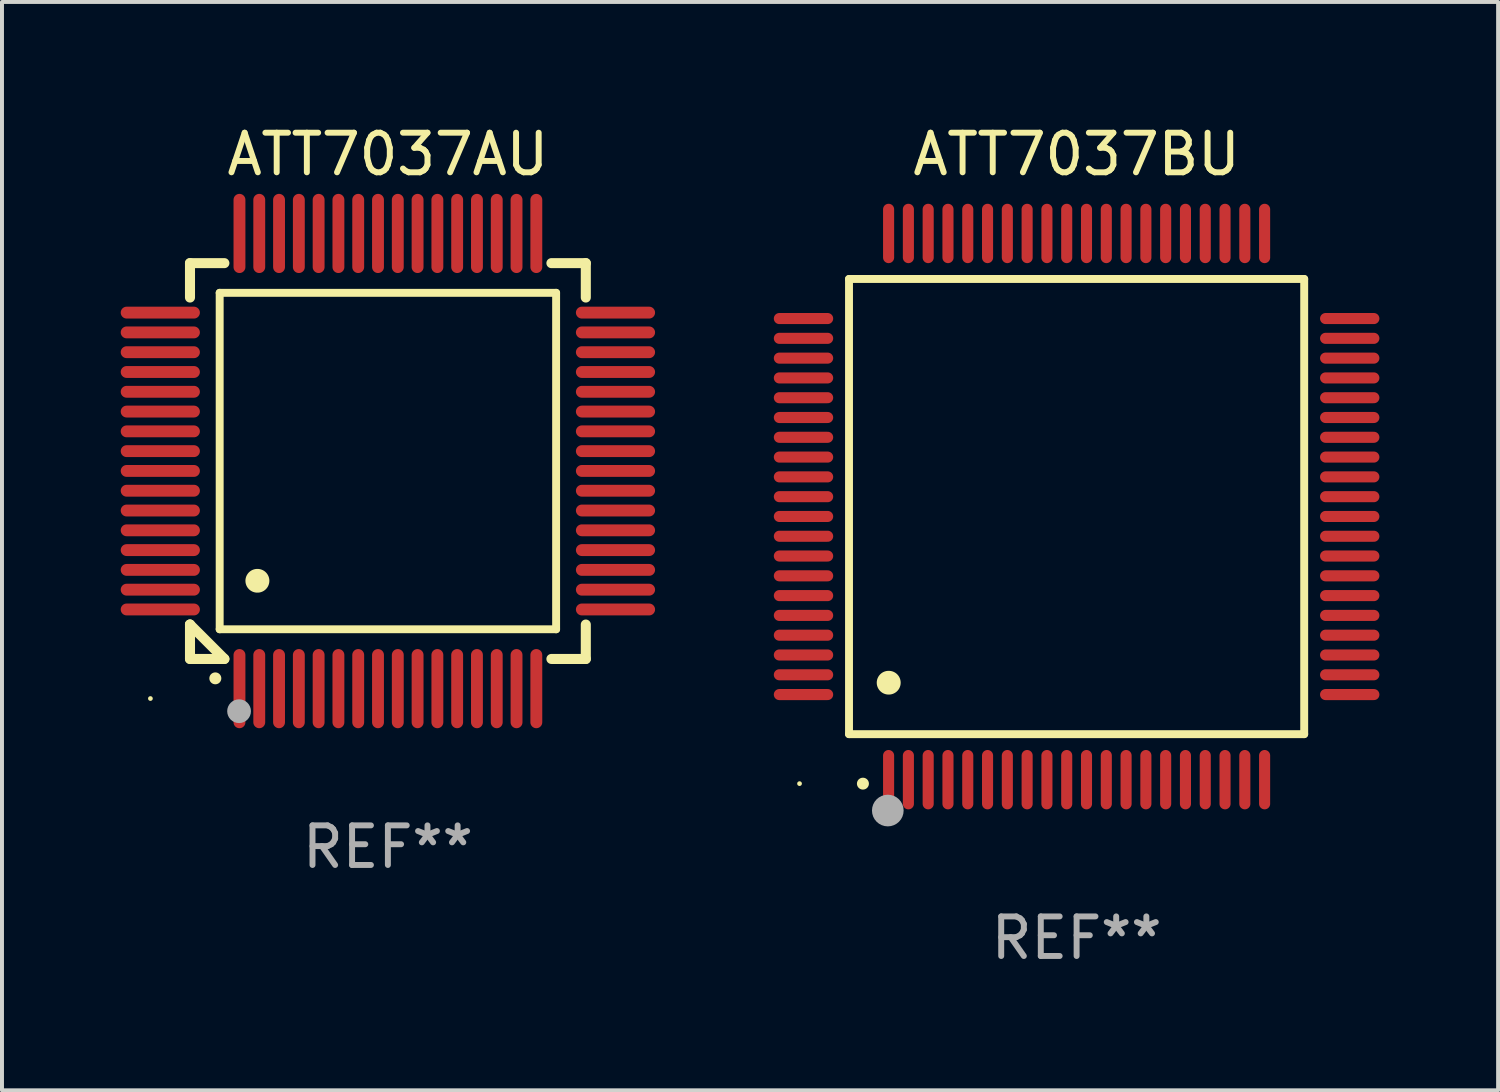
<source format=kicad_pcb>
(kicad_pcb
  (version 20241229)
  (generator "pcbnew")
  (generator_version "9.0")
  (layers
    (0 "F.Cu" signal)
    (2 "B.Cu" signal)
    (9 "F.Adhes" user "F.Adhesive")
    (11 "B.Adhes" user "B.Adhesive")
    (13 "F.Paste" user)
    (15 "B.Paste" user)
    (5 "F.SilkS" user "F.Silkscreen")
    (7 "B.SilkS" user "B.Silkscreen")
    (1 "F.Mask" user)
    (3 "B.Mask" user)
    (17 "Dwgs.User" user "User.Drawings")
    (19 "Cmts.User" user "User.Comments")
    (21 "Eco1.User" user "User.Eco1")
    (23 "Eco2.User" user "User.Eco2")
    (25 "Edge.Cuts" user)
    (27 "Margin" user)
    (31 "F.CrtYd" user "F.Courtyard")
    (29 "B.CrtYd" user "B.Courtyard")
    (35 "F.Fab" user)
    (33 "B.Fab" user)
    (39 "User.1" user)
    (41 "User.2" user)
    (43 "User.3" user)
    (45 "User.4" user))
  (footprint "ATT7037BU"
    (layer "F.Cu")
    (at 24.15 9.748)
    (property "Reference" "ATT7037BU" (at 0 -8.9 0) (layer "F.SilkS") (effects (font (size 1 1) (thickness 0.15))))
    (attr through_hole)
    (fp_line (start -5.75 -5.75) (end 5.75 -5.75) (stroke (width 0.2) (type solid)) (layer "F.SilkS"))
    (fp_line (start -5.75 5.75) (end -5.75 -5.75) (stroke (width 0.2) (type solid)) (layer "F.SilkS"))
    (fp_line (start 5.75 -5.75) (end 5.75 5.75) (stroke (width 0.2) (type solid)) (layer "F.SilkS"))
    (fp_line (start 5.75 5.75) (end -5.75 5.75) (stroke (width 0.2) (type solid)) (layer "F.SilkS"))
    (fp_arc (start -5.400051 7.000254) (mid -5.398781 7.000249) (end -5.397511 7.000254) (stroke (width 0.3) (type solid)) (layer "F.SilkS"))
    (fp_arc (start -4.749809 4.450089) (mid -4.747269 4.450078) (end -4.744729 4.450089) (stroke (width 0.6) (type solid)) (layer "F.SilkS"))
    (fp_circle (center -7 7) (end -6.97 7) (stroke (width 0.06) (type solid)) (fill no) (layer "F.SilkS"))
    (fp_circle (center -4.77 7.68) (end -4.57 7.68) (stroke (width 0.4) (type solid)) (fill no) (layer "F.Fab"))
    (fp_text user "REF**" (at 0 10.9 0) (layer "F.Fab") (effects (font (size 1 1) (thickness 0.15))))
    (pad "1" smd oval (at -4.75 6.9) (size 0.28 1.5) (layers "F.Cu" "F.Mask" "F.Paste"))
    (pad "2" smd oval (at -4.25 6.9) (size 0.28 1.5) (layers "F.Cu" "F.Mask" "F.Paste"))
    (pad "3" smd oval (at -3.75 6.9) (size 0.28 1.5) (layers "F.Cu" "F.Mask" "F.Paste"))
    (pad "4" smd oval (at -3.25 6.9) (size 0.28 1.5) (layers "F.Cu" "F.Mask" "F.Paste"))
    (pad "5" smd oval (at -2.75 6.9) (size 0.28 1.5) (layers "F.Cu" "F.Mask" "F.Paste"))
    (pad "6" smd oval (at -2.25 6.9) (size 0.28 1.5) (layers "F.Cu" "F.Mask" "F.Paste"))
    (pad "7" smd oval (at -1.75 6.9) (size 0.28 1.5) (layers "F.Cu" "F.Mask" "F.Paste"))
    (pad "8" smd oval (at -1.25 6.9) (size 0.28 1.5) (layers "F.Cu" "F.Mask" "F.Paste"))
    (pad "9" smd oval (at -0.75 6.9) (size 0.28 1.5) (layers "F.Cu" "F.Mask" "F.Paste"))
    (pad "10" smd oval (at -0.25 6.9) (size 0.28 1.5) (layers "F.Cu" "F.Mask" "F.Paste"))
    (pad "11" smd oval (at 0.25 6.9) (size 0.28 1.5) (layers "F.Cu" "F.Mask" "F.Paste"))
    (pad "12" smd oval (at 0.75 6.9) (size 0.28 1.5) (layers "F.Cu" "F.Mask" "F.Paste"))
    (pad "13" smd oval (at 1.25 6.9) (size 0.28 1.5) (layers "F.Cu" "F.Mask" "F.Paste"))
    (pad "14" smd oval (at 1.75 6.9) (size 0.28 1.5) (layers "F.Cu" "F.Mask" "F.Paste"))
    (pad "15" smd oval (at 2.25 6.9) (size 0.28 1.5) (layers "F.Cu" "F.Mask" "F.Paste"))
    (pad "16" smd oval (at 2.75 6.9) (size 0.28 1.5) (layers "F.Cu" "F.Mask" "F.Paste"))
    (pad "17" smd oval (at 3.25 6.9) (size 0.28 1.5) (layers "F.Cu" "F.Mask" "F.Paste"))
    (pad "18" smd oval (at 3.75 6.9) (size 0.28 1.5) (layers "F.Cu" "F.Mask" "F.Paste"))
    (pad "19" smd oval (at 4.25 6.9) (size 0.28 1.5) (layers "F.Cu" "F.Mask" "F.Paste"))
    (pad "20" smd oval (at 4.75 6.9) (size 0.28 1.5) (layers "F.Cu" "F.Mask" "F.Paste"))
    (pad "21" smd oval (at 6.9 4.75) (size 1.5 0.28) (layers "F.Cu" "F.Mask" "F.Paste"))
    (pad "22" smd oval (at 6.9 4.25) (size 1.5 0.28) (layers "F.Cu" "F.Mask" "F.Paste"))
    (pad "23" smd oval (at 6.9 3.75) (size 1.5 0.28) (layers "F.Cu" "F.Mask" "F.Paste"))
    (pad "24" smd oval (at 6.9 3.25) (size 1.5 0.28) (layers "F.Cu" "F.Mask" "F.Paste"))
    (pad "25" smd oval (at 6.9 2.75) (size 1.5 0.28) (layers "F.Cu" "F.Mask" "F.Paste"))
    (pad "26" smd oval (at 6.9 2.25) (size 1.5 0.28) (layers "F.Cu" "F.Mask" "F.Paste"))
    (pad "27" smd oval (at 6.9 1.75) (size 1.5 0.28) (layers "F.Cu" "F.Mask" "F.Paste"))
    (pad "28" smd oval (at 6.9 1.25) (size 1.5 0.28) (layers "F.Cu" "F.Mask" "F.Paste"))
    (pad "29" smd oval (at 6.9 0.75) (size 1.5 0.28) (layers "F.Cu" "F.Mask" "F.Paste"))
    (pad "30" smd oval (at 6.9 0.25) (size 1.5 0.28) (layers "F.Cu" "F.Mask" "F.Paste"))
    (pad "31" smd oval (at 6.9 -0.25) (size 1.5 0.28) (layers "F.Cu" "F.Mask" "F.Paste"))
    (pad "32" smd oval (at 6.9 -0.75) (size 1.5 0.28) (layers "F.Cu" "F.Mask" "F.Paste"))
    (pad "33" smd oval (at 6.9 -1.25) (size 1.5 0.28) (layers "F.Cu" "F.Mask" "F.Paste"))
    (pad "34" smd oval (at 6.9 -1.75) (size 1.5 0.28) (layers "F.Cu" "F.Mask" "F.Paste"))
    (pad "35" smd oval (at 6.9 -2.25) (size 1.5 0.28) (layers "F.Cu" "F.Mask" "F.Paste"))
    (pad "36" smd oval (at 6.9 -2.75) (size 1.5 0.28) (layers "F.Cu" "F.Mask" "F.Paste"))
    (pad "37" smd oval (at 6.9 -3.25) (size 1.5 0.28) (layers "F.Cu" "F.Mask" "F.Paste"))
    (pad "38" smd oval (at 6.9 -3.75) (size 1.5 0.28) (layers "F.Cu" "F.Mask" "F.Paste"))
    (pad "39" smd oval (at 6.9 -4.25) (size 1.5 0.28) (layers "F.Cu" "F.Mask" "F.Paste"))
    (pad "40" smd oval (at 6.9 -4.75) (size 1.5 0.28) (layers "F.Cu" "F.Mask" "F.Paste"))
    (pad "41" smd oval (at 4.75 -6.9) (size 0.28 1.5) (layers "F.Cu" "F.Mask" "F.Paste"))
    (pad "42" smd oval (at 4.25 -6.9) (size 0.28 1.5) (layers "F.Cu" "F.Mask" "F.Paste"))
    (pad "43" smd oval (at 3.75 -6.9) (size 0.28 1.5) (layers "F.Cu" "F.Mask" "F.Paste"))
    (pad "44" smd oval (at 3.25 -6.9) (size 0.28 1.5) (layers "F.Cu" "F.Mask" "F.Paste"))
    (pad "45" smd oval (at 2.75 -6.9) (size 0.28 1.5) (layers "F.Cu" "F.Mask" "F.Paste"))
    (pad "46" smd oval (at 2.25 -6.9) (size 0.28 1.5) (layers "F.Cu" "F.Mask" "F.Paste"))
    (pad "47" smd oval (at 1.75 -6.9) (size 0.28 1.5) (layers "F.Cu" "F.Mask" "F.Paste"))
    (pad "48" smd oval (at 1.25 -6.9) (size 0.28 1.5) (layers "F.Cu" "F.Mask" "F.Paste"))
    (pad "49" smd oval (at 0.75 -6.9) (size 0.28 1.5) (layers "F.Cu" "F.Mask" "F.Paste"))
    (pad "50" smd oval (at 0.25 -6.9) (size 0.28 1.5) (layers "F.Cu" "F.Mask" "F.Paste"))
    (pad "51" smd oval (at -0.25 -6.9) (size 0.28 1.5) (layers "F.Cu" "F.Mask" "F.Paste"))
    (pad "52" smd oval (at -0.75 -6.9) (size 0.28 1.5) (layers "F.Cu" "F.Mask" "F.Paste"))
    (pad "53" smd oval (at -1.25 -6.9) (size 0.28 1.5) (layers "F.Cu" "F.Mask" "F.Paste"))
    (pad "54" smd oval (at -1.75 -6.9) (size 0.28 1.5) (layers "F.Cu" "F.Mask" "F.Paste"))
    (pad "55" smd oval (at -2.25 -6.9) (size 0.28 1.5) (layers "F.Cu" "F.Mask" "F.Paste"))
    (pad "56" smd oval (at -2.75 -6.9) (size 0.28 1.5) (layers "F.Cu" "F.Mask" "F.Paste"))
    (pad "57" smd oval (at -3.25 -6.9) (size 0.28 1.5) (layers "F.Cu" "F.Mask" "F.Paste"))
    (pad "58" smd oval (at -3.75 -6.9) (size 0.28 1.5) (layers "F.Cu" "F.Mask" "F.Paste"))
    (pad "59" smd oval (at -4.25 -6.9) (size 0.28 1.5) (layers "F.Cu" "F.Mask" "F.Paste"))
    (pad "60" smd oval (at -4.75 -6.9) (size 0.28 1.5) (layers "F.Cu" "F.Mask" "F.Paste"))
    (pad "61" smd oval (at -6.9 -4.75) (size 1.5 0.28) (layers "F.Cu" "F.Mask" "F.Paste"))
    (pad "62" smd oval (at -6.9 -4.25) (size 1.5 0.28) (layers "F.Cu" "F.Mask" "F.Paste"))
    (pad "63" smd oval (at -6.9 -3.75) (size 1.5 0.28) (layers "F.Cu" "F.Mask" "F.Paste"))
    (pad "64" smd oval (at -6.9 -3.25) (size 1.5 0.28) (layers "F.Cu" "F.Mask" "F.Paste"))
    (pad "65" smd oval (at -6.9 -2.75) (size 1.5 0.28) (layers "F.Cu" "F.Mask" "F.Paste"))
    (pad "66" smd oval (at -6.9 -2.25) (size 1.5 0.28) (layers "F.Cu" "F.Mask" "F.Paste"))
    (pad "67" smd oval (at -6.9 -1.75) (size 1.5 0.28) (layers "F.Cu" "F.Mask" "F.Paste"))
    (pad "68" smd oval (at -6.9 -1.25) (size 1.5 0.28) (layers "F.Cu" "F.Mask" "F.Paste"))
    (pad "69" smd oval (at -6.9 -0.75) (size 1.5 0.28) (layers "F.Cu" "F.Mask" "F.Paste"))
    (pad "70" smd oval (at -6.9 -0.25) (size 1.5 0.28) (layers "F.Cu" "F.Mask" "F.Paste"))
    (pad "71" smd oval (at -6.9 0.25) (size 1.5 0.28) (layers "F.Cu" "F.Mask" "F.Paste"))
    (pad "72" smd oval (at -6.9 0.75) (size 1.5 0.28) (layers "F.Cu" "F.Mask" "F.Paste"))
    (pad "73" smd oval (at -6.9 1.25) (size 1.5 0.28) (layers "F.Cu" "F.Mask" "F.Paste"))
    (pad "74" smd oval (at -6.9 1.75) (size 1.5 0.28) (layers "F.Cu" "F.Mask" "F.Paste"))
    (pad "75" smd oval (at -6.9 2.25) (size 1.5 0.28) (layers "F.Cu" "F.Mask" "F.Paste"))
    (pad "76" smd oval (at -6.9 2.75) (size 1.5 0.28) (layers "F.Cu" "F.Mask" "F.Paste"))
    (pad "77" smd oval (at -6.9 3.25) (size 1.5 0.28) (layers "F.Cu" "F.Mask" "F.Paste"))
    (pad "78" smd oval (at -6.9 3.75) (size 1.5 0.28) (layers "F.Cu" "F.Mask" "F.Paste"))
    (pad "79" smd oval (at -6.9 4.25) (size 1.5 0.28) (layers "F.Cu" "F.Mask" "F.Paste"))
    (pad "80" smd oval (at -6.9 4.75) (size 1.5 0.28) (layers "F.Cu" "F.Mask" "F.Paste")))
  (footprint "ATT7037AU"
    (layer "F.Cu")
    (at 6.75 8.598)
    (property "Reference" "ATT7037AU" (at 0 -7.75 0) (layer "F.SilkS") (effects (font (size 1 1) (thickness 0.15))))
    (attr through_hole)
    (fp_line (start -5 -5) (end -4.131 -5) (stroke (width 0.254) (type solid)) (layer "F.SilkS"))
    (fp_line (start -5 -4.131) (end -5 -5) (stroke (width 0.254) (type solid)) (layer "F.SilkS"))
    (fp_line (start -5 4.131) (end -5 4.131) (stroke (width 0.254) (type solid)) (layer "F.SilkS"))
    (fp_line (start -5 5) (end -5 4.131) (stroke (width 0.254) (type solid)) (layer "F.SilkS"))
    (fp_line (start -5 4.131) (end -4.131 5) (stroke (width 0.254) (type solid)) (layer "F.SilkS"))
    (fp_line (start -4.25 -4.25) (end -4.25 4.25) (stroke (width 0.2) (type solid)) (layer "F.SilkS"))
    (fp_line (start -4.25 4.25) (end 4.25 4.25) (stroke (width 0.2) (type solid)) (layer "F.SilkS"))
    (fp_line (start -4.131 5) (end -5 5) (stroke (width 0.254) (type solid)) (layer "F.SilkS"))
    (fp_line (start 4.25 -4.25) (end -4.25 -4.25) (stroke (width 0.2) (type solid)) (layer "F.SilkS"))
    (fp_line (start 4.25 4.25) (end 4.25 -4.25) (stroke (width 0.2) (type solid)) (layer "F.SilkS"))
    (fp_line (start 5 -5) (end 4.131 -5) (stroke (width 0.254) (type solid)) (layer "F.SilkS"))
    (fp_line (start 5 -5) (end 5 -4.131) (stroke (width 0.254) (type solid)) (layer "F.SilkS"))
    (fp_line (start 5 4.131) (end 5 5) (stroke (width 0.254) (type solid)) (layer "F.SilkS"))
    (fp_line (start 5 5) (end 4.131 5) (stroke (width 0.254) (type solid)) (layer "F.SilkS"))
    (fp_arc (start -4.361265 5.489992) (mid -4.359995 5.489987) (end -4.358725 5.489992) (stroke (width 0.3) (type solid)) (layer "F.SilkS"))
    (fp_arc (start -3.299467 3.025146) (mid -3.296927 3.025135) (end -3.294387 3.025146) (stroke (width 0.6) (type solid)) (layer "F.SilkS"))
    (fp_circle (center -6 6) (end -5.97 6) (stroke (width 0.06) (type solid)) (fill no) (layer "F.SilkS"))
    (fp_circle (center -3.76 6.32) (end -3.61 6.32) (stroke (width 0.3) (type solid)) (fill no) (layer "F.Fab"))
    (fp_text user "REF**" (at 0 9.75 0) (layer "F.Fab") (effects (font (size 1 1) (thickness 0.15))))
    (pad "1" smd oval (at -3.75 5.75) (size 0.3 2) (layers "F.Cu" "F.Mask" "F.Paste"))
    (pad "2" smd oval (at -3.25 5.75) (size 0.3 2) (layers "F.Cu" "F.Mask" "F.Paste"))
    (pad "3" smd oval (at -2.75 5.75) (size 0.3 2) (layers "F.Cu" "F.Mask" "F.Paste"))
    (pad "4" smd oval (at -2.25 5.75) (size 0.3 2) (layers "F.Cu" "F.Mask" "F.Paste"))
    (pad "5" smd oval (at -1.75 5.75) (size 0.3 2) (layers "F.Cu" "F.Mask" "F.Paste"))
    (pad "6" smd oval (at -1.25 5.75) (size 0.3 2) (layers "F.Cu" "F.Mask" "F.Paste"))
    (pad "7" smd oval (at -0.75 5.75) (size 0.3 2) (layers "F.Cu" "F.Mask" "F.Paste"))
    (pad "8" smd oval (at -0.25 5.75) (size 0.3 2) (layers "F.Cu" "F.Mask" "F.Paste"))
    (pad "9" smd oval (at 0.25 5.75) (size 0.3 2) (layers "F.Cu" "F.Mask" "F.Paste"))
    (pad "10" smd oval (at 0.75 5.75) (size 0.3 2) (layers "F.Cu" "F.Mask" "F.Paste"))
    (pad "11" smd oval (at 1.25 5.75) (size 0.3 2) (layers "F.Cu" "F.Mask" "F.Paste"))
    (pad "12" smd oval (at 1.75 5.75) (size 0.3 2) (layers "F.Cu" "F.Mask" "F.Paste"))
    (pad "13" smd oval (at 2.25 5.75) (size 0.3 2) (layers "F.Cu" "F.Mask" "F.Paste"))
    (pad "14" smd oval (at 2.75 5.75) (size 0.3 2) (layers "F.Cu" "F.Mask" "F.Paste"))
    (pad "15" smd oval (at 3.25 5.75) (size 0.3 2) (layers "F.Cu" "F.Mask" "F.Paste"))
    (pad "16" smd oval (at 3.75 5.75) (size 0.3 2) (layers "F.Cu" "F.Mask" "F.Paste"))
    (pad "17" smd oval (at 5.75 3.75) (size 2 0.3) (layers "F.Cu" "F.Mask" "F.Paste"))
    (pad "18" smd oval (at 5.75 3.25) (size 2 0.3) (layers "F.Cu" "F.Mask" "F.Paste"))
    (pad "19" smd oval (at 5.75 2.75) (size 2 0.3) (layers "F.Cu" "F.Mask" "F.Paste"))
    (pad "20" smd oval (at 5.75 2.25) (size 2 0.3) (layers "F.Cu" "F.Mask" "F.Paste"))
    (pad "21" smd oval (at 5.75 1.75) (size 2 0.3) (layers "F.Cu" "F.Mask" "F.Paste"))
    (pad "22" smd oval (at 5.75 1.25) (size 2 0.3) (layers "F.Cu" "F.Mask" "F.Paste"))
    (pad "23" smd oval (at 5.75 0.75) (size 2 0.3) (layers "F.Cu" "F.Mask" "F.Paste"))
    (pad "24" smd oval (at 5.75 0.25) (size 2 0.3) (layers "F.Cu" "F.Mask" "F.Paste"))
    (pad "25" smd oval (at 5.75 -0.25) (size 2 0.3) (layers "F.Cu" "F.Mask" "F.Paste"))
    (pad "26" smd oval (at 5.75 -0.75) (size 2 0.3) (layers "F.Cu" "F.Mask" "F.Paste"))
    (pad "27" smd oval (at 5.75 -1.25) (size 2 0.3) (layers "F.Cu" "F.Mask" "F.Paste"))
    (pad "28" smd oval (at 5.75 -1.75) (size 2 0.3) (layers "F.Cu" "F.Mask" "F.Paste"))
    (pad "29" smd oval (at 5.75 -2.25) (size 2 0.3) (layers "F.Cu" "F.Mask" "F.Paste"))
    (pad "30" smd oval (at 5.75 -2.75) (size 2 0.3) (layers "F.Cu" "F.Mask" "F.Paste"))
    (pad "31" smd oval (at 5.75 -3.25) (size 2 0.3) (layers "F.Cu" "F.Mask" "F.Paste"))
    (pad "32" smd oval (at 5.75 -3.75) (size 2 0.3) (layers "F.Cu" "F.Mask" "F.Paste"))
    (pad "33" smd oval (at 3.75 -5.75) (size 0.3 2) (layers "F.Cu" "F.Mask" "F.Paste"))
    (pad "34" smd oval (at 3.25 -5.75) (size 0.3 2) (layers "F.Cu" "F.Mask" "F.Paste"))
    (pad "35" smd oval (at 2.75 -5.75) (size 0.3 2) (layers "F.Cu" "F.Mask" "F.Paste"))
    (pad "36" smd oval (at 2.25 -5.75) (size 0.3 2) (layers "F.Cu" "F.Mask" "F.Paste"))
    (pad "37" smd oval (at 1.75 -5.75) (size 0.3 2) (layers "F.Cu" "F.Mask" "F.Paste"))
    (pad "38" smd oval (at 1.25 -5.75) (size 0.3 2) (layers "F.Cu" "F.Mask" "F.Paste"))
    (pad "39" smd oval (at 0.75 -5.75) (size 0.3 2) (layers "F.Cu" "F.Mask" "F.Paste"))
    (pad "40" smd oval (at 0.25 -5.75) (size 0.3 2) (layers "F.Cu" "F.Mask" "F.Paste"))
    (pad "41" smd oval (at -0.25 -5.75) (size 0.3 2) (layers "F.Cu" "F.Mask" "F.Paste"))
    (pad "42" smd oval (at -0.75 -5.75) (size 0.3 2) (layers "F.Cu" "F.Mask" "F.Paste"))
    (pad "43" smd oval (at -1.25 -5.75) (size 0.3 2) (layers "F.Cu" "F.Mask" "F.Paste"))
    (pad "44" smd oval (at -1.75 -5.75) (size 0.3 2) (layers "F.Cu" "F.Mask" "F.Paste"))
    (pad "45" smd oval (at -2.25 -5.75) (size 0.3 2) (layers "F.Cu" "F.Mask" "F.Paste"))
    (pad "46" smd oval (at -2.75 -5.75) (size 0.3 2) (layers "F.Cu" "F.Mask" "F.Paste"))
    (pad "47" smd oval (at -3.25 -5.75) (size 0.3 2) (layers "F.Cu" "F.Mask" "F.Paste"))
    (pad "48" smd oval (at -3.75 -5.75) (size 0.3 2) (layers "F.Cu" "F.Mask" "F.Paste"))
    (pad "49" smd oval (at -5.75 -3.75) (size 2 0.3) (layers "F.Cu" "F.Mask" "F.Paste"))
    (pad "50" smd oval (at -5.75 -3.25) (size 2 0.3) (layers "F.Cu" "F.Mask" "F.Paste"))
    (pad "51" smd oval (at -5.75 -2.75) (size 2 0.3) (layers "F.Cu" "F.Mask" "F.Paste"))
    (pad "52" smd oval (at -5.75 -2.25) (size 2 0.3) (layers "F.Cu" "F.Mask" "F.Paste"))
    (pad "53" smd oval (at -5.75 -1.75) (size 2 0.3) (layers "F.Cu" "F.Mask" "F.Paste"))
    (pad "54" smd oval (at -5.75 -1.25) (size 2 0.3) (layers "F.Cu" "F.Mask" "F.Paste"))
    (pad "55" smd oval (at -5.75 -0.75) (size 2 0.3) (layers "F.Cu" "F.Mask" "F.Paste"))
    (pad "56" smd oval (at -5.75 -0.25) (size 2 0.3) (layers "F.Cu" "F.Mask" "F.Paste"))
    (pad "57" smd oval (at -5.75 0.25) (size 2 0.3) (layers "F.Cu" "F.Mask" "F.Paste"))
    (pad "58" smd oval (at -5.75 0.75) (size 2 0.3) (layers "F.Cu" "F.Mask" "F.Paste"))
    (pad "59" smd oval (at -5.75 1.25) (size 2 0.3) (layers "F.Cu" "F.Mask" "F.Paste"))
    (pad "60" smd oval (at -5.75 1.75) (size 2 0.3) (layers "F.Cu" "F.Mask" "F.Paste"))
    (pad "61" smd oval (at -5.75 2.25) (size 2 0.3) (layers "F.Cu" "F.Mask" "F.Paste"))
    (pad "62" smd oval (at -5.75 2.75) (size 2 0.3) (layers "F.Cu" "F.Mask" "F.Paste"))
    (pad "63" smd oval (at -5.75 3.25) (size 2 0.3) (layers "F.Cu" "F.Mask" "F.Paste"))
    (pad "64" smd oval (at -5.75 3.75) (size 2 0.3) (layers "F.Cu" "F.Mask" "F.Paste")))
  (gr_rect
    (start -3 -3)
    (end 34.799 24.496)
    (stroke (width 0.1) (type default))
    (fill no)
    (layer "Edge.Cuts")))
</source>
